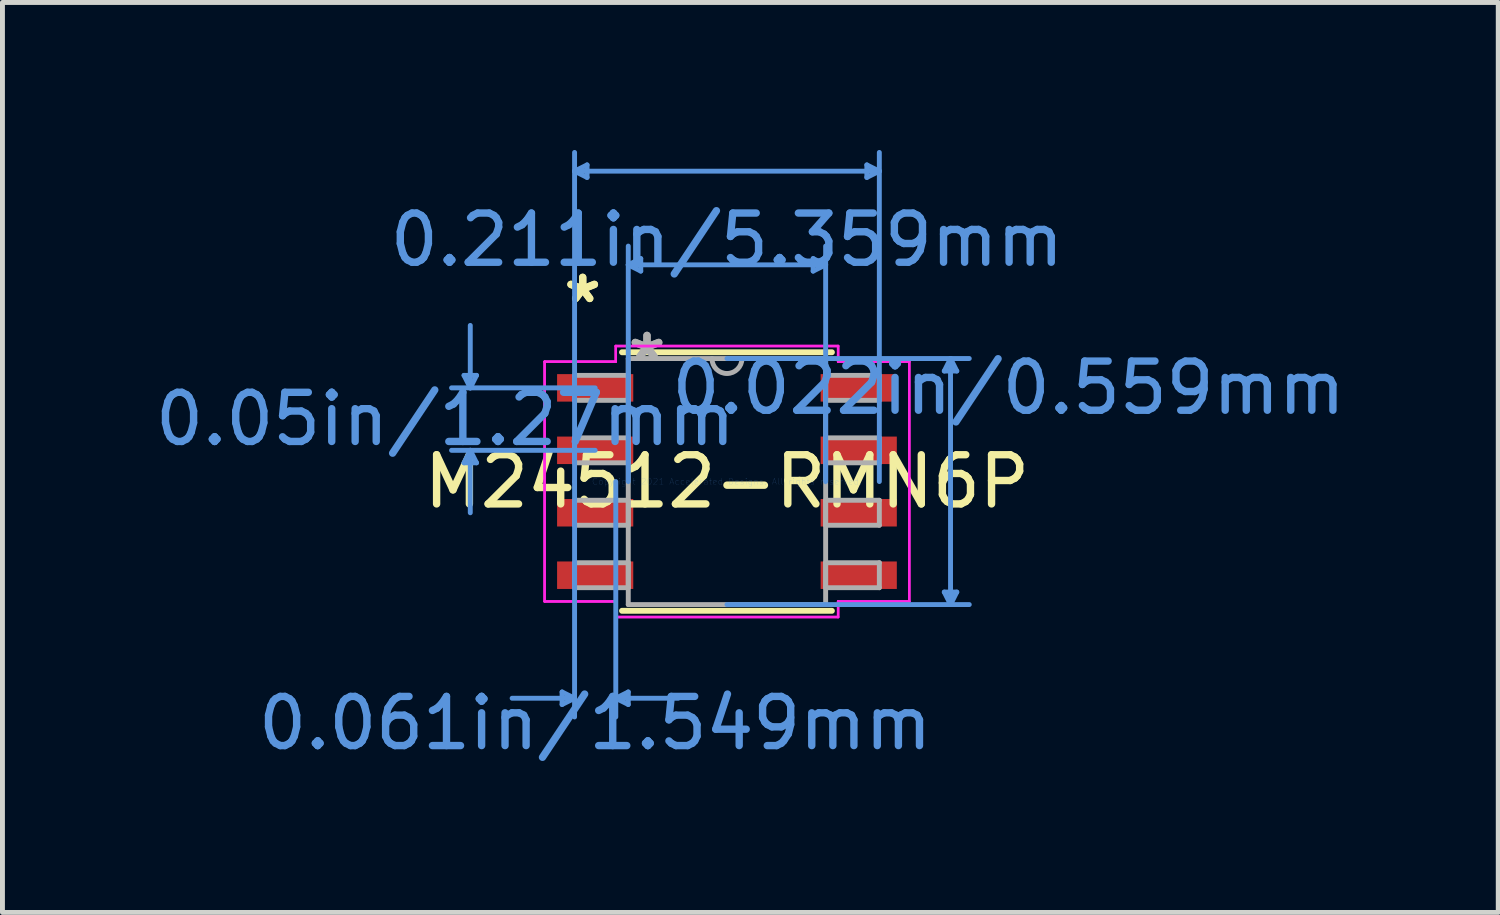
<source format=kicad_pcb>
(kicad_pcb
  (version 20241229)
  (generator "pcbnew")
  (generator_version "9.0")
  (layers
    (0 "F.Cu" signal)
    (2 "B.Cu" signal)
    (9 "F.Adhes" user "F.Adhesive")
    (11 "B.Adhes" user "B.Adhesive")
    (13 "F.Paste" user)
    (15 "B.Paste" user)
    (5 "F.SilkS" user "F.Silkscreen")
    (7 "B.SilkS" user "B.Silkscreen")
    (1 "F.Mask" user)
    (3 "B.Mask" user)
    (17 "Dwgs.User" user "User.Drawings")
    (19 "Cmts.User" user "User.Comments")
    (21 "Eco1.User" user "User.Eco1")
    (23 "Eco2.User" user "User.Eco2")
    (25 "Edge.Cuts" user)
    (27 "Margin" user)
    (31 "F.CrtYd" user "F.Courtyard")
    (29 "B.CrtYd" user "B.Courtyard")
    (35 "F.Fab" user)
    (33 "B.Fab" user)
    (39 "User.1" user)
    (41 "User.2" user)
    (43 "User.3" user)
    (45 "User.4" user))
  (footprint "M24512-RMN6P"
    (layer "F.Cu")
    (at 11.734 6.743)
    (property "Reference" "M24512-RMN6P" (at 0 0 0) (layer "F.SilkS") (effects (font (size 1 1) (thickness 0.15))))
    (attr through_hole)
    (fp_line (start -2.134 2.629) (end 2.134 2.629) (stroke (width 0.12) (type solid)) (layer "F.SilkS"))
    (fp_line (start 2.134 -2.629) (end -2.134 -2.629) (stroke (width 0.12) (type solid)) (layer "F.SilkS"))
    (fp_line (start -5.347 -2.159) (end -5.093 -2.159) (stroke (width 0.1) (type solid)) (layer "Cmts.User"))
    (fp_line (start -5.347 -0.381) (end -5.093 -0.381) (stroke (width 0.1) (type solid)) (layer "Cmts.User"))
    (fp_line (start -5.22 -1.905) (end -5.347 -2.159) (stroke (width 0.1) (type solid)) (layer "Cmts.User"))
    (fp_line (start -5.22 -1.905) (end -5.22 -3.175) (stroke (width 0.1) (type solid)) (layer "Cmts.User"))
    (fp_line (start -5.22 -1.905) (end -5.093 -2.159) (stroke (width 0.1) (type solid)) (layer "Cmts.User"))
    (fp_line (start -5.22 -0.635) (end -5.347 -0.381) (stroke (width 0.1) (type solid)) (layer "Cmts.User"))
    (fp_line (start -5.22 -0.635) (end -5.22 0.635) (stroke (width 0.1) (type solid)) (layer "Cmts.User"))
    (fp_line (start -5.22 -0.635) (end -5.093 -0.381) (stroke (width 0.1) (type solid)) (layer "Cmts.User"))
    (fp_line (start -3.353 4.28) (end -3.353 4.534) (stroke (width 0.1) (type solid)) (layer "Cmts.User"))
    (fp_line (start -3.099 -6.312) (end -2.845 -6.439) (stroke (width 0.1) (type solid)) (layer "Cmts.User"))
    (fp_line (start -3.099 -6.312) (end -2.845 -6.185) (stroke (width 0.1) (type solid)) (layer "Cmts.User"))
    (fp_line (start -3.099 -6.312) (end 3.099 -6.312) (stroke (width 0.1) (type solid)) (layer "Cmts.User"))
    (fp_line (start -3.099 0) (end -3.099 -6.693) (stroke (width 0.1) (type solid)) (layer "Cmts.User"))
    (fp_line (start -3.099 0) (end -3.099 4.788) (stroke (width 0.1) (type solid)) (layer "Cmts.User"))
    (fp_line (start -3.099 4.407) (end -4.369 4.407) (stroke (width 0.1) (type solid)) (layer "Cmts.User"))
    (fp_line (start -3.099 4.407) (end -3.353 4.28) (stroke (width 0.1) (type solid)) (layer "Cmts.User"))
    (fp_line (start -3.099 4.407) (end -3.353 4.534) (stroke (width 0.1) (type solid)) (layer "Cmts.User"))
    (fp_line (start -2.845 -6.439) (end -2.845 -6.185) (stroke (width 0.1) (type solid)) (layer "Cmts.User"))
    (fp_line (start -2.68 -1.905) (end -5.601 -1.905) (stroke (width 0.1) (type solid)) (layer "Cmts.User"))
    (fp_line (start -2.68 -0.635) (end -5.601 -0.635) (stroke (width 0.1) (type solid)) (layer "Cmts.User"))
    (fp_line (start -2.261 0) (end -2.261 4.788) (stroke (width 0.1) (type solid)) (layer "Cmts.User"))
    (fp_line (start -2.261 4.407) (end -2.007 4.28) (stroke (width 0.1) (type solid)) (layer "Cmts.User"))
    (fp_line (start -2.261 4.407) (end -2.007 4.534) (stroke (width 0.1) (type solid)) (layer "Cmts.User"))
    (fp_line (start -2.261 4.407) (end -0.991 4.407) (stroke (width 0.1) (type solid)) (layer "Cmts.User"))
    (fp_line (start -2.007 -4.407) (end -1.753 -4.534) (stroke (width 0.1) (type solid)) (layer "Cmts.User"))
    (fp_line (start -2.007 -4.407) (end -1.753 -4.28) (stroke (width 0.1) (type solid)) (layer "Cmts.User"))
    (fp_line (start -2.007 -4.407) (end 2.007 -4.407) (stroke (width 0.1) (type solid)) (layer "Cmts.User"))
    (fp_line (start -2.007 0) (end -2.007 -4.788) (stroke (width 0.1) (type solid)) (layer "Cmts.User"))
    (fp_line (start -2.007 4.28) (end -2.007 4.534) (stroke (width 0.1) (type solid)) (layer "Cmts.User"))
    (fp_line (start -1.753 -4.534) (end -1.753 -4.28) (stroke (width 0.1) (type solid)) (layer "Cmts.User"))
    (fp_line (start 0 -2.502) (end 4.928 -2.502) (stroke (width 0.1) (type solid)) (layer "Cmts.User"))
    (fp_line (start 0 2.502) (end 4.928 2.502) (stroke (width 0.1) (type solid)) (layer "Cmts.User"))
    (fp_line (start 1.753 -4.534) (end 1.753 -4.28) (stroke (width 0.1) (type solid)) (layer "Cmts.User"))
    (fp_line (start 2.007 -4.407) (end 1.753 -4.534) (stroke (width 0.1) (type solid)) (layer "Cmts.User"))
    (fp_line (start 2.007 -4.407) (end 1.753 -4.28) (stroke (width 0.1) (type solid)) (layer "Cmts.User"))
    (fp_line (start 2.007 0) (end 2.007 -4.788) (stroke (width 0.1) (type solid)) (layer "Cmts.User"))
    (fp_line (start 2.845 -6.439) (end 2.845 -6.185) (stroke (width 0.1) (type solid)) (layer "Cmts.User"))
    (fp_line (start 3.099 -6.312) (end 2.845 -6.439) (stroke (width 0.1) (type solid)) (layer "Cmts.User"))
    (fp_line (start 3.099 -6.312) (end 2.845 -6.185) (stroke (width 0.1) (type solid)) (layer "Cmts.User"))
    (fp_line (start 3.099 0) (end 3.099 -6.693) (stroke (width 0.1) (type solid)) (layer "Cmts.User"))
    (fp_line (start 4.42 -2.248) (end 4.674 -2.248) (stroke (width 0.1) (type solid)) (layer "Cmts.User"))
    (fp_line (start 4.42 2.248) (end 4.674 2.248) (stroke (width 0.1) (type solid)) (layer "Cmts.User"))
    (fp_line (start 4.547 -2.502) (end 4.42 -2.248) (stroke (width 0.1) (type solid)) (layer "Cmts.User"))
    (fp_line (start 4.547 -2.502) (end 4.547 2.502) (stroke (width 0.1) (type solid)) (layer "Cmts.User"))
    (fp_line (start 4.547 -2.502) (end 4.674 -2.248) (stroke (width 0.1) (type solid)) (layer "Cmts.User"))
    (fp_line (start 4.547 2.502) (end 4.42 2.248) (stroke (width 0.1) (type solid)) (layer "Cmts.User"))
    (fp_line (start 4.547 2.502) (end 4.674 2.248) (stroke (width 0.1) (type solid)) (layer "Cmts.User"))
    (fp_line (start -3.708 -2.438) (end -2.261 -2.438) (stroke (width 0.05) (type solid)) (layer "F.CrtYd"))
    (fp_line (start -3.708 -2.438) (end -2.261 -2.438) (stroke (width 0.05) (type solid)) (layer "F.CrtYd"))
    (fp_line (start -3.708 2.438) (end -3.708 -2.438) (stroke (width 0.05) (type solid)) (layer "F.CrtYd"))
    (fp_line (start -3.708 2.438) (end -3.708 -2.438) (stroke (width 0.05) (type solid)) (layer "F.CrtYd"))
    (fp_line (start -3.708 2.438) (end -2.261 2.438) (stroke (width 0.05) (type solid)) (layer "F.CrtYd"))
    (fp_line (start -2.261 -2.756) (end 2.261 -2.756) (stroke (width 0.05) (type solid)) (layer "F.CrtYd"))
    (fp_line (start -2.261 -2.756) (end 2.261 -2.756) (stroke (width 0.05) (type solid)) (layer "F.CrtYd"))
    (fp_line (start -2.261 -2.438) (end -2.261 -2.756) (stroke (width 0.05) (type solid)) (layer "F.CrtYd"))
    (fp_line (start -2.261 -2.438) (end -2.261 -2.756) (stroke (width 0.05) (type solid)) (layer "F.CrtYd"))
    (fp_line (start -2.261 2.438) (end -3.708 2.438) (stroke (width 0.05) (type solid)) (layer "F.CrtYd"))
    (fp_line (start -2.261 2.756) (end -2.261 2.438) (stroke (width 0.05) (type solid)) (layer "F.CrtYd"))
    (fp_line (start -2.261 2.756) (end -2.261 2.438) (stroke (width 0.05) (type solid)) (layer "F.CrtYd"))
    (fp_line (start 2.261 -2.756) (end 2.261 -2.438) (stroke (width 0.05) (type solid)) (layer "F.CrtYd"))
    (fp_line (start 2.261 -2.756) (end 2.261 -2.438) (stroke (width 0.05) (type solid)) (layer "F.CrtYd"))
    (fp_line (start 2.261 -2.438) (end 3.708 -2.438) (stroke (width 0.05) (type solid)) (layer "F.CrtYd"))
    (fp_line (start 2.261 2.438) (end 2.261 2.756) (stroke (width 0.05) (type solid)) (layer "F.CrtYd"))
    (fp_line (start 2.261 2.438) (end 2.261 2.756) (stroke (width 0.05) (type solid)) (layer "F.CrtYd"))
    (fp_line (start 2.261 2.756) (end -2.261 2.756) (stroke (width 0.05) (type solid)) (layer "F.CrtYd"))
    (fp_line (start 2.261 2.756) (end -2.261 2.756) (stroke (width 0.05) (type solid)) (layer "F.CrtYd"))
    (fp_line (start 3.708 -2.438) (end 2.261 -2.438) (stroke (width 0.05) (type solid)) (layer "F.CrtYd"))
    (fp_line (start 3.708 -2.438) (end 3.708 2.438) (stroke (width 0.05) (type solid)) (layer "F.CrtYd"))
    (fp_line (start 3.708 -2.438) (end 3.708 2.438) (stroke (width 0.05) (type solid)) (layer "F.CrtYd"))
    (fp_line (start 3.708 2.438) (end 2.261 2.438) (stroke (width 0.05) (type solid)) (layer "F.CrtYd"))
    (fp_line (start 3.708 2.438) (end 2.261 2.438) (stroke (width 0.05) (type solid)) (layer "F.CrtYd"))
    (fp_line (start -3.099 -2.159) (end -3.099 -1.651) (stroke (width 0.1) (type solid)) (layer "F.Fab"))
    (fp_line (start -3.099 -1.651) (end -2.007 -1.651) (stroke (width 0.1) (type solid)) (layer "F.Fab"))
    (fp_line (start -3.099 -0.889) (end -3.099 -0.381) (stroke (width 0.1) (type solid)) (layer "F.Fab"))
    (fp_line (start -3.099 -0.381) (end -2.007 -0.381) (stroke (width 0.1) (type solid)) (layer "F.Fab"))
    (fp_line (start -3.099 0.381) (end -3.099 0.889) (stroke (width 0.1) (type solid)) (layer "F.Fab"))
    (fp_line (start -3.099 0.889) (end -2.007 0.889) (stroke (width 0.1) (type solid)) (layer "F.Fab"))
    (fp_line (start -3.099 1.651) (end -3.099 2.159) (stroke (width 0.1) (type solid)) (layer "F.Fab"))
    (fp_line (start -3.099 2.159) (end -2.007 2.159) (stroke (width 0.1) (type solid)) (layer "F.Fab"))
    (fp_line (start -2.007 -2.502) (end -2.007 2.502) (stroke (width 0.1) (type solid)) (layer "F.Fab"))
    (fp_line (start -2.007 -2.159) (end -3.099 -2.159) (stroke (width 0.1) (type solid)) (layer "F.Fab"))
    (fp_line (start -2.007 -1.651) (end -2.007 -2.159) (stroke (width 0.1) (type solid)) (layer "F.Fab"))
    (fp_line (start -2.007 -0.889) (end -3.099 -0.889) (stroke (width 0.1) (type solid)) (layer "F.Fab"))
    (fp_line (start -2.007 -0.381) (end -2.007 -0.889) (stroke (width 0.1) (type solid)) (layer "F.Fab"))
    (fp_line (start -2.007 0.381) (end -3.099 0.381) (stroke (width 0.1) (type solid)) (layer "F.Fab"))
    (fp_line (start -2.007 0.889) (end -2.007 0.381) (stroke (width 0.1) (type solid)) (layer "F.Fab"))
    (fp_line (start -2.007 1.651) (end -3.099 1.651) (stroke (width 0.1) (type solid)) (layer "F.Fab"))
    (fp_line (start -2.007 2.159) (end -2.007 1.651) (stroke (width 0.1) (type solid)) (layer "F.Fab"))
    (fp_line (start -2.007 2.502) (end 2.007 2.502) (stroke (width 0.1) (type solid)) (layer "F.Fab"))
    (fp_line (start 2.007 -2.502) (end -2.007 -2.502) (stroke (width 0.1) (type solid)) (layer "F.Fab"))
    (fp_line (start 2.007 -2.159) (end 2.007 -1.651) (stroke (width 0.1) (type solid)) (layer "F.Fab"))
    (fp_line (start 2.007 -1.651) (end 3.099 -1.651) (stroke (width 0.1) (type solid)) (layer "F.Fab"))
    (fp_line (start 2.007 -0.889) (end 2.007 -0.381) (stroke (width 0.1) (type solid)) (layer "F.Fab"))
    (fp_line (start 2.007 -0.381) (end 3.099 -0.381) (stroke (width 0.1) (type solid)) (layer "F.Fab"))
    (fp_line (start 2.007 0.381) (end 2.007 0.889) (stroke (width 0.1) (type solid)) (layer "F.Fab"))
    (fp_line (start 2.007 0.889) (end 3.099 0.889) (stroke (width 0.1) (type solid)) (layer "F.Fab"))
    (fp_line (start 2.007 1.651) (end 2.007 2.159) (stroke (width 0.1) (type solid)) (layer "F.Fab"))
    (fp_line (start 2.007 2.159) (end 3.099 2.159) (stroke (width 0.1) (type solid)) (layer "F.Fab"))
    (fp_line (start 2.007 2.502) (end 2.007 -2.502) (stroke (width 0.1) (type solid)) (layer "F.Fab"))
    (fp_line (start 3.099 -2.159) (end 2.007 -2.159) (stroke (width 0.1) (type solid)) (layer "F.Fab"))
    (fp_line (start 3.099 -1.651) (end 3.099 -2.159) (stroke (width 0.1) (type solid)) (layer "F.Fab"))
    (fp_line (start 3.099 -0.889) (end 2.007 -0.889) (stroke (width 0.1) (type solid)) (layer "F.Fab"))
    (fp_line (start 3.099 -0.381) (end 3.099 -0.889) (stroke (width 0.1) (type solid)) (layer "F.Fab"))
    (fp_line (start 3.099 0.381) (end 2.007 0.381) (stroke (width 0.1) (type solid)) (layer "F.Fab"))
    (fp_line (start 3.099 0.889) (end 3.099 0.381) (stroke (width 0.1) (type solid)) (layer "F.Fab"))
    (fp_line (start 3.099 1.651) (end 2.007 1.651) (stroke (width 0.1) (type solid)) (layer "F.Fab"))
    (fp_line (start 3.099 2.159) (end 3.099 1.651) (stroke (width 0.1) (type solid)) (layer "F.Fab"))
    (fp_arc (start 0.3048 -2.5019) (mid 0 -2.1971) (end -0.3048 -2.5019) (stroke (width 0.1) (type solid)) (layer "F.Fab"))
    (fp_text user "*" (at -2.934 -3.607 0) (layer "F.SilkS") (effects (font (size 1 1) (thickness 0.15))))
    (fp_text user "*" (at -2.934 -3.607 0) (layer "F.SilkS") (effects (font (size 1 1) (thickness 0.15))))
    (fp_text user "Copyright 2021 Accelerated Designs. All rights reserved." (at 0 0 0) (layer "Cmts.User") (effects (font (size 0.127 0.127) (thickness 0.002))))
    (fp_text user "0.022in/0.559mm" (at 5.728 -1.905 0) (layer "Cmts.User") (effects (font (size 1 1) (thickness 0.15))))
    (fp_text user "0.05in/1.27mm" (at -5.728 -1.27 0) (layer "Cmts.User") (effects (font (size 1 1) (thickness 0.15))))
    (fp_text user "0.211in/5.359mm" (at 0 -4.915 0) (layer "Cmts.User") (effects (font (size 1 1) (thickness 0.15))))
    (fp_text user "0.061in/1.549mm" (at -2.68 4.915 0) (layer "Cmts.User") (effects (font (size 1 1) (thickness 0.15))))
    (fp_text user "*" (at -1.626 -2.426 0) (layer "F.Fab") (effects (font (size 1 1) (thickness 0.15))))
    (fp_text user "*" (at -1.626 -2.426 0) (layer "F.Fab") (effects (font (size 1 1) (thickness 0.15))))
    (pad "1" smd rect (at -2.68 -1.905) (size 1.549 0.559) (layers "F.Cu" "F.Mask" "F.Paste"))
    (pad "2" smd rect (at -2.68 -0.635) (size 1.549 0.559) (layers "F.Cu" "F.Mask" "F.Paste"))
    (pad "3" smd rect (at -2.68 0.635) (size 1.549 0.559) (layers "F.Cu" "F.Mask" "F.Paste"))
    (pad "4" smd rect (at -2.68 1.905) (size 1.549 0.559) (layers "F.Cu" "F.Mask" "F.Paste"))
    (pad "5" smd rect (at 2.68 1.905) (size 1.549 0.559) (layers "F.Cu" "F.Mask" "F.Paste"))
    (pad "6" smd rect (at 2.68 0.635) (size 1.549 0.559) (layers "F.Cu" "F.Mask" "F.Paste"))
    (pad "7" smd rect (at 2.68 -0.635) (size 1.549 0.559) (layers "F.Cu" "F.Mask" "F.Paste"))
    (pad "8" smd rect (at 2.68 -1.905) (size 1.549 0.559) (layers "F.Cu" "F.Mask" "F.Paste")))
  (gr_rect
    (start -3 -3)
    (end 27.42 15.506)
    (stroke (width 0.1) (type default))
    (fill no)
    (layer "Edge.Cuts")))
</source>
